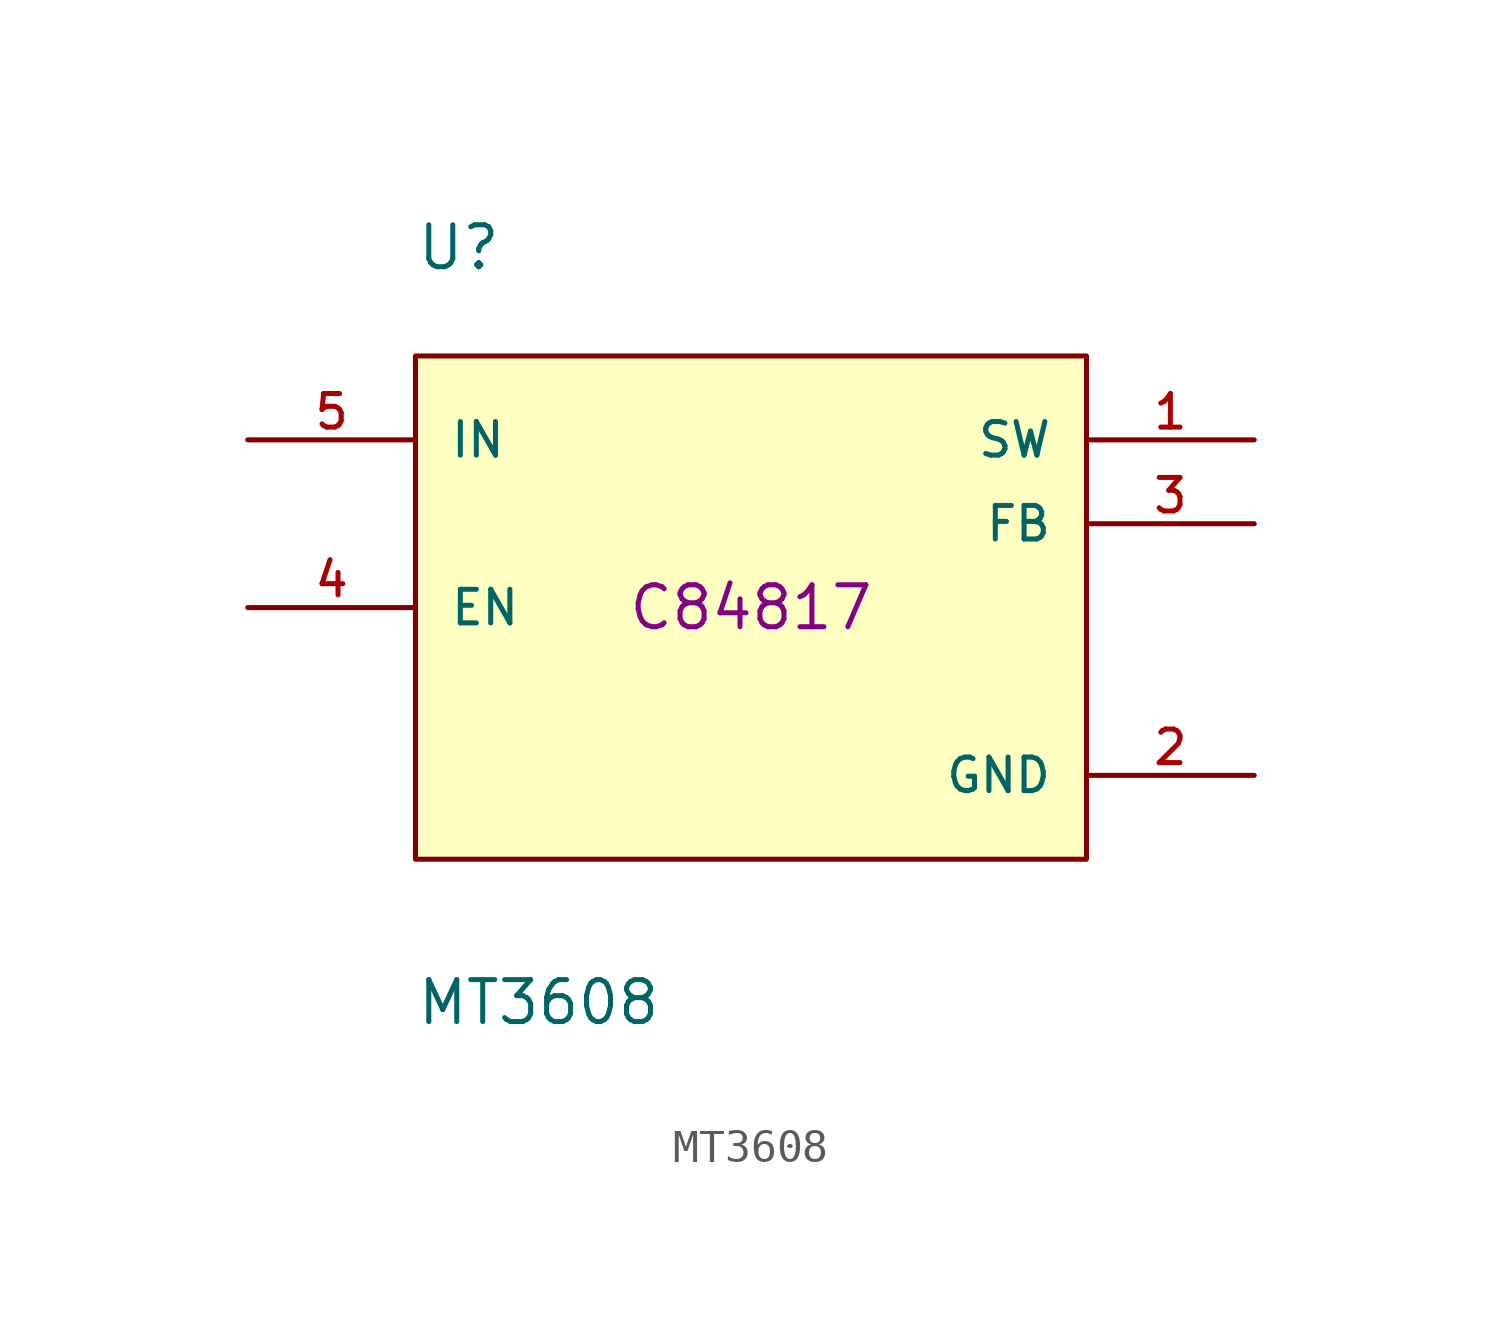
<source format=kicad_sym>
(kicad_symbol_lib
  (version 20231120)
  (generator "kicad_symbol_editor")
  (generator_version "8.0")
  (symbol "MT3608"
    (pin_names
      (offset 1.016))
    (property "Reference" "U"
      (at -10.16 10.16 0)
      (effects (font (size 1.27 1.27)) (justify left bottom)))
    (property "Value" "MT3608"
      (at -10.16 -12.7 0)
      (effects (font (size 1.27 1.27)) (justify left bottom)))
    (property "LCSC Part" "C84817"
      (at 0 0 0)
      (effects (font (size 1.27 1.27))))
    (symbol "MT3608_0_0"
      (rectangle (start -10.16 7.62) (end 10.16 -7.62) (stroke (width 0.152) (type default)) (fill (type background)))
      (pin output line (at 15.24 5.08 180) (length 5.08) (name "SW" (effects (font (size 1.016 1.016)))) (number "1" (effects (font (size 1.016 1.016)))))
      (pin power_in line (at 15.24 -5.08 180) (length 5.08) (name "GND" (effects (font (size 1.016 1.016)))) (number "2" (effects (font (size 1.016 1.016)))))
      (pin input line (at 15.24 2.54 180) (length 5.08) (name "FB" (effects (font (size 1.016 1.016)))) (number "3" (effects (font (size 1.016 1.016)))))
      (pin input line (at -15.24 0 0) (length 5.08) (name "EN" (effects (font (size 1.016 1.016)))) (number "4" (effects (font (size 1.016 1.016)))))
      (pin input line (at -15.24 5.08 0) (length 5.08) (name "IN" (effects (font (size 1.016 1.016)))) (number "5" (effects (font (size 1.016 1.016))))))))
</source>
